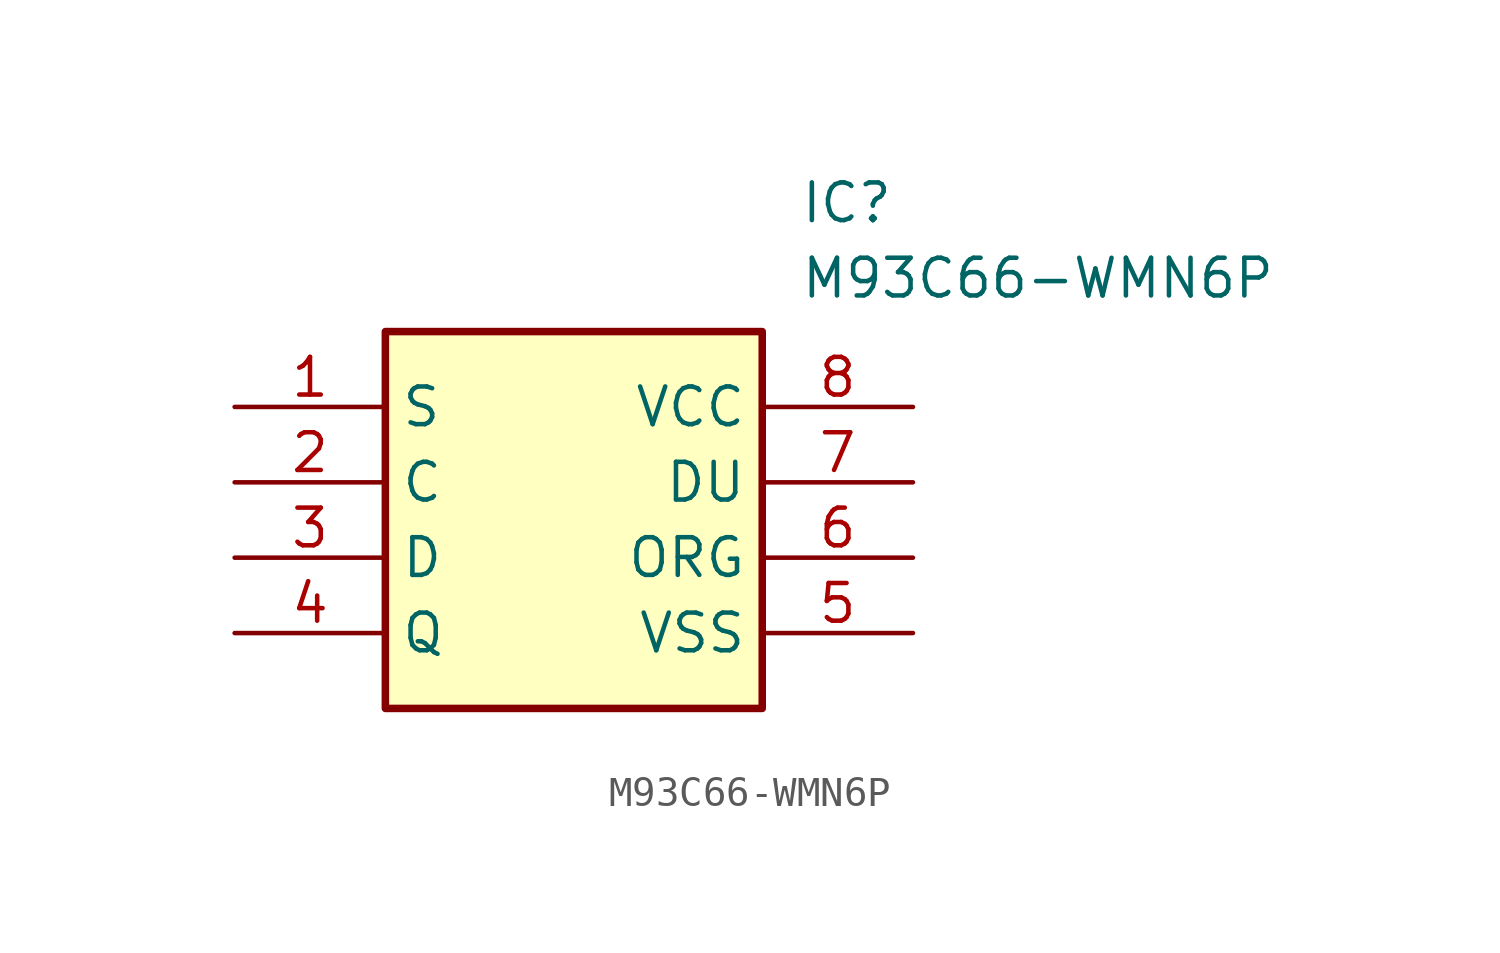
<source format=kicad_sym>
(kicad_symbol_lib
  (version 20211014)
  (generator SamacSys_ECAD_Model)
  (symbol "M93C66-WMN6P"
    (property "Reference" "IC"
      (at 19.05 7.62 0)
      (effects (font (size 1.27 1.27)) (justify left top)))
    (property "Value" "M93C66-WMN6P"
      (at 19.05 5.08 0)
      (effects (font (size 1.27 1.27)) (justify left top)))
    (rectangle
      (start 5.08 2.54)
      (end 17.78 -10.16)
      (stroke (width 0.254) (type default))
      (fill (type background)))
    (pin passive line
      (at 0 0 0)
      (length 5.08)
      (name "S" (effects (font (size 1.27 1.27))))
      (number "1" (effects (font (size 1.27 1.27)))))
    (pin passive line
      (at 0 -2.54 0)
      (length 5.08)
      (name "C" (effects (font (size 1.27 1.27))))
      (number "2" (effects (font (size 1.27 1.27)))))
    (pin passive line
      (at 0 -5.08 0)
      (length 5.08)
      (name "D" (effects (font (size 1.27 1.27))))
      (number "3" (effects (font (size 1.27 1.27)))))
    (pin passive line
      (at 0 -7.62 0)
      (length 5.08)
      (name "Q" (effects (font (size 1.27 1.27))))
      (number "4" (effects (font (size 1.27 1.27)))))
    (pin passive line
      (at 22.86 0 180)
      (length 5.08)
      (name "VCC" (effects (font (size 1.27 1.27))))
      (number "8" (effects (font (size 1.27 1.27)))))
    (pin passive line
      (at 22.86 -2.54 180)
      (length 5.08)
      (name "DU" (effects (font (size 1.27 1.27))))
      (number "7" (effects (font (size 1.27 1.27)))))
    (pin passive line
      (at 22.86 -5.08 180)
      (length 5.08)
      (name "ORG" (effects (font (size 1.27 1.27))))
      (number "6" (effects (font (size 1.27 1.27)))))
    (pin passive line
      (at 22.86 -7.62 180)
      (length 5.08)
      (name "VSS" (effects (font (size 1.27 1.27))))
      (number "5" (effects (font (size 1.27 1.27)))))))
</source>
